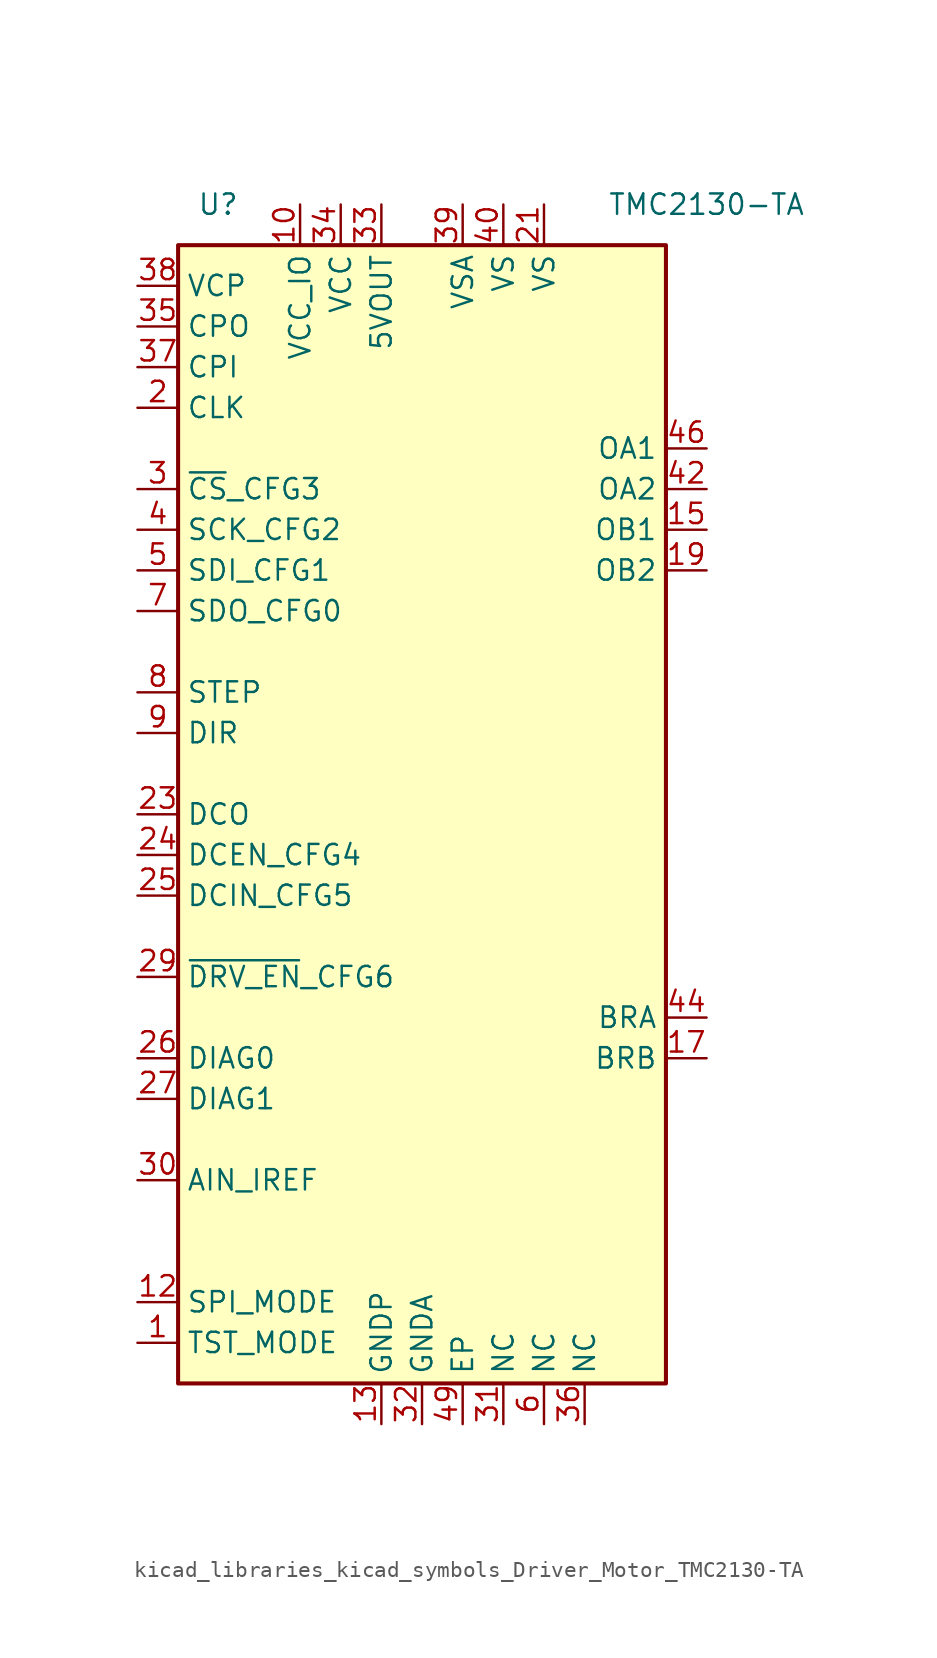
<source format=kicad_sym>
(kicad_symbol_lib
  (version 20220914)
  (generator kicad_symbol_editor)
  (symbol "kicad_libraries_kicad_symbols_Driver_Motor_TMC2130-TA"
    (property "Reference" "U"
      (at -11.43 38.1 0)
      (effects (font (size 1.27 1.27)) (justify right)))
    (property "Value" "TMC2130-TA"
      (at 17.78 38.1 0)
      (effects (font (size 1.27 1.27))))
    (symbol "kicad_libraries_kicad_symbols_Driver_Motor_TMC2130-TA_1_1"
      (rectangle (start -15.24 35.56) (end 15.24 -35.56) (stroke (width 0.254) (type default)) (fill (type background)))
      (pin input line (at -17.78 -33.02 0) (length 2.54) (name "TST_MODE" (effects (font (size 1.27 1.27)))) (number "1" (effects (font (size 1.27 1.27)))))
      (pin power_in line (at -7.62 38.1 270) (length 2.54) (name "VCC_IO" (effects (font (size 1.27 1.27)))) (number "10" (effects (font (size 1.27 1.27)))))
      (pin no_connect line (at -15.24 -27.94 0) (length 2.54) hide (name "DNC" (effects (font (size 1.27 1.27)))) (number "11" (effects (font (size 1.27 1.27)))))
      (pin input line (at -17.78 -30.48 0) (length 2.54) (name "SPI_MODE" (effects (font (size 1.27 1.27)))) (number "12" (effects (font (size 1.27 1.27)))))
      (pin power_in line (at -2.54 -38.1 90) (length 2.54) (name "GNDP" (effects (font (size 1.27 1.27)))) (number "13" (effects (font (size 1.27 1.27)))))
      (pin no_connect line (at 15.24 12.7 180) (length 2.54) hide (name "DNC" (effects (font (size 1.27 1.27)))) (number "14" (effects (font (size 1.27 1.27)))))
      (pin output line (at 17.78 17.78 180) (length 2.54) (name "OB1" (effects (font (size 1.27 1.27)))) (number "15" (effects (font (size 1.27 1.27)))))
      (pin no_connect line (at 15.24 10.16 180) (length 2.54) hide (name "DNC" (effects (font (size 1.27 1.27)))) (number "16" (effects (font (size 1.27 1.27)))))
      (pin passive line (at 17.78 -15.24 180) (length 2.54) (name "BRB" (effects (font (size 1.27 1.27)))) (number "17" (effects (font (size 1.27 1.27)))))
      (pin no_connect line (at 15.24 7.62 180) (length 2.54) hide (name "DNC" (effects (font (size 1.27 1.27)))) (number "18" (effects (font (size 1.27 1.27)))))
      (pin output line (at 17.78 15.24 180) (length 2.54) (name "OB2" (effects (font (size 1.27 1.27)))) (number "19" (effects (font (size 1.27 1.27)))))
      (pin input line (at -17.78 25.4 0) (length 2.54) (name "CLK" (effects (font (size 1.27 1.27)))) (number "2" (effects (font (size 1.27 1.27)))))
      (pin no_connect line (at 15.24 5.08 180) (length 2.54) hide (name "DNC" (effects (font (size 1.27 1.27)))) (number "20" (effects (font (size 1.27 1.27)))))
      (pin power_in line (at 7.62 38.1 270) (length 2.54) (name "VS" (effects (font (size 1.27 1.27)))) (number "21" (effects (font (size 1.27 1.27)))))
      (pin no_connect line (at 15.24 2.54 180) (length 2.54) hide (name "DNC" (effects (font (size 1.27 1.27)))) (number "22" (effects (font (size 1.27 1.27)))))
      (pin output line (at -17.78 0 0) (length 2.54) (name "DCO" (effects (font (size 1.27 1.27)))) (number "23" (effects (font (size 1.27 1.27)))))
      (pin input line (at -17.78 -2.54 0) (length 2.54) (name "DCEN_CFG4" (effects (font (size 1.27 1.27)))) (number "24" (effects (font (size 1.27 1.27)))))
      (pin input line (at -17.78 -5.08 0) (length 2.54) (name "DCIN_CFG5" (effects (font (size 1.27 1.27)))) (number "25" (effects (font (size 1.27 1.27)))))
      (pin output line (at -17.78 -15.24 0) (length 2.54) (name "DIAG0" (effects (font (size 1.27 1.27)))) (number "26" (effects (font (size 1.27 1.27)))))
      (pin output line (at -17.78 -17.78 0) (length 2.54) (name "DIAG1" (effects (font (size 1.27 1.27)))) (number "27" (effects (font (size 1.27 1.27)))))
      (pin no_connect line (at -15.24 -20.32 0) (length 2.54) hide (name "DNC" (effects (font (size 1.27 1.27)))) (number "28" (effects (font (size 1.27 1.27)))))
      (pin input line (at -17.78 -10.16 0) (length 2.54) (name "~{DRV_EN}_CFG6" (effects (font (size 1.27 1.27)))) (number "29" (effects (font (size 1.27 1.27)))))
      (pin input line (at -17.78 20.32 0) (length 2.54) (name "~{CS}_CFG3" (effects (font (size 1.27 1.27)))) (number "3" (effects (font (size 1.27 1.27)))))
      (pin input line (at -17.78 -22.86 0) (length 2.54) (name "AIN_IREF" (effects (font (size 1.27 1.27)))) (number "30" (effects (font (size 1.27 1.27)))))
      (pin passive line (at 5.08 -38.1 90) (length 2.54) (name "NC" (effects (font (size 1.27 1.27)))) (number "31" (effects (font (size 1.27 1.27)))))
      (pin power_in line (at 0 -38.1 90) (length 2.54) (name "GNDA" (effects (font (size 1.27 1.27)))) (number "32" (effects (font (size 1.27 1.27)))))
      (pin power_out line (at -2.54 38.1 270) (length 2.54) (name "5VOUT" (effects (font (size 1.27 1.27)))) (number "33" (effects (font (size 1.27 1.27)))))
      (pin power_in line (at -5.08 38.1 270) (length 2.54) (name "VCC" (effects (font (size 1.27 1.27)))) (number "34" (effects (font (size 1.27 1.27)))))
      (pin passive line (at -17.78 30.48 0) (length 2.54) (name "CPO" (effects (font (size 1.27 1.27)))) (number "35" (effects (font (size 1.27 1.27)))))
      (pin passive line (at 10.16 -38.1 90) (length 2.54) (name "NC" (effects (font (size 1.27 1.27)))) (number "36" (effects (font (size 1.27 1.27)))))
      (pin passive line (at -17.78 27.94 0) (length 2.54) (name "CPI" (effects (font (size 1.27 1.27)))) (number "37" (effects (font (size 1.27 1.27)))))
      (pin passive line (at -17.78 33.02 0) (length 2.54) (name "VCP" (effects (font (size 1.27 1.27)))) (number "38" (effects (font (size 1.27 1.27)))))
      (pin power_in line (at 2.54 38.1 270) (length 2.54) (name "VSA" (effects (font (size 1.27 1.27)))) (number "39" (effects (font (size 1.27 1.27)))))
      (pin input line (at -17.78 17.78 0) (length 2.54) (name "SCK_CFG2" (effects (font (size 1.27 1.27)))) (number "4" (effects (font (size 1.27 1.27)))))
      (pin power_in line (at 5.08 38.1 270) (length 2.54) (name "VS" (effects (font (size 1.27 1.27)))) (number "40" (effects (font (size 1.27 1.27)))))
      (pin no_connect line (at 15.24 33.02 180) (length 2.54) hide (name "DNC" (effects (font (size 1.27 1.27)))) (number "41" (effects (font (size 1.27 1.27)))))
      (pin output line (at 17.78 20.32 180) (length 2.54) (name "OA2" (effects (font (size 1.27 1.27)))) (number "42" (effects (font (size 1.27 1.27)))))
      (pin no_connect line (at 15.24 30.48 180) (length 2.54) hide (name "DNC" (effects (font (size 1.27 1.27)))) (number "43" (effects (font (size 1.27 1.27)))))
      (pin passive line (at 17.78 -12.7 180) (length 2.54) (name "BRA" (effects (font (size 1.27 1.27)))) (number "44" (effects (font (size 1.27 1.27)))))
      (pin no_connect line (at 15.24 27.94 180) (length 2.54) hide (name "DNC" (effects (font (size 1.27 1.27)))) (number "45" (effects (font (size 1.27 1.27)))))
      (pin output line (at 17.78 22.86 180) (length 2.54) (name "OA1" (effects (font (size 1.27 1.27)))) (number "46" (effects (font (size 1.27 1.27)))))
      (pin no_connect line (at 15.24 25.4 180) (length 2.54) hide (name "DNC" (effects (font (size 1.27 1.27)))) (number "47" (effects (font (size 1.27 1.27)))))
      (pin passive line (at -2.54 -38.1 90) (length 2.54) hide (name "GNDP" (effects (font (size 1.27 1.27)))) (number "48" (effects (font (size 1.27 1.27)))))
      (pin power_in line (at 2.54 -38.1 90) (length 2.54) (name "EP" (effects (font (size 1.27 1.27)))) (number "49" (effects (font (size 1.27 1.27)))))
      (pin input line (at -17.78 15.24 0) (length 2.54) (name "SDI_CFG1" (effects (font (size 1.27 1.27)))) (number "5" (effects (font (size 1.27 1.27)))))
      (pin passive line (at 7.62 -38.1 90) (length 2.54) (name "NC" (effects (font (size 1.27 1.27)))) (number "6" (effects (font (size 1.27 1.27)))))
      (pin bidirectional line (at -17.78 12.7 0) (length 2.54) (name "SDO_CFG0" (effects (font (size 1.27 1.27)))) (number "7" (effects (font (size 1.27 1.27)))))
      (pin input line (at -17.78 7.62 0) (length 2.54) (name "STEP" (effects (font (size 1.27 1.27)))) (number "8" (effects (font (size 1.27 1.27)))))
      (pin input line (at -17.78 5.08 0) (length 2.54) (name "DIR" (effects (font (size 1.27 1.27)))) (number "9" (effects (font (size 1.27 1.27))))))))
</source>
